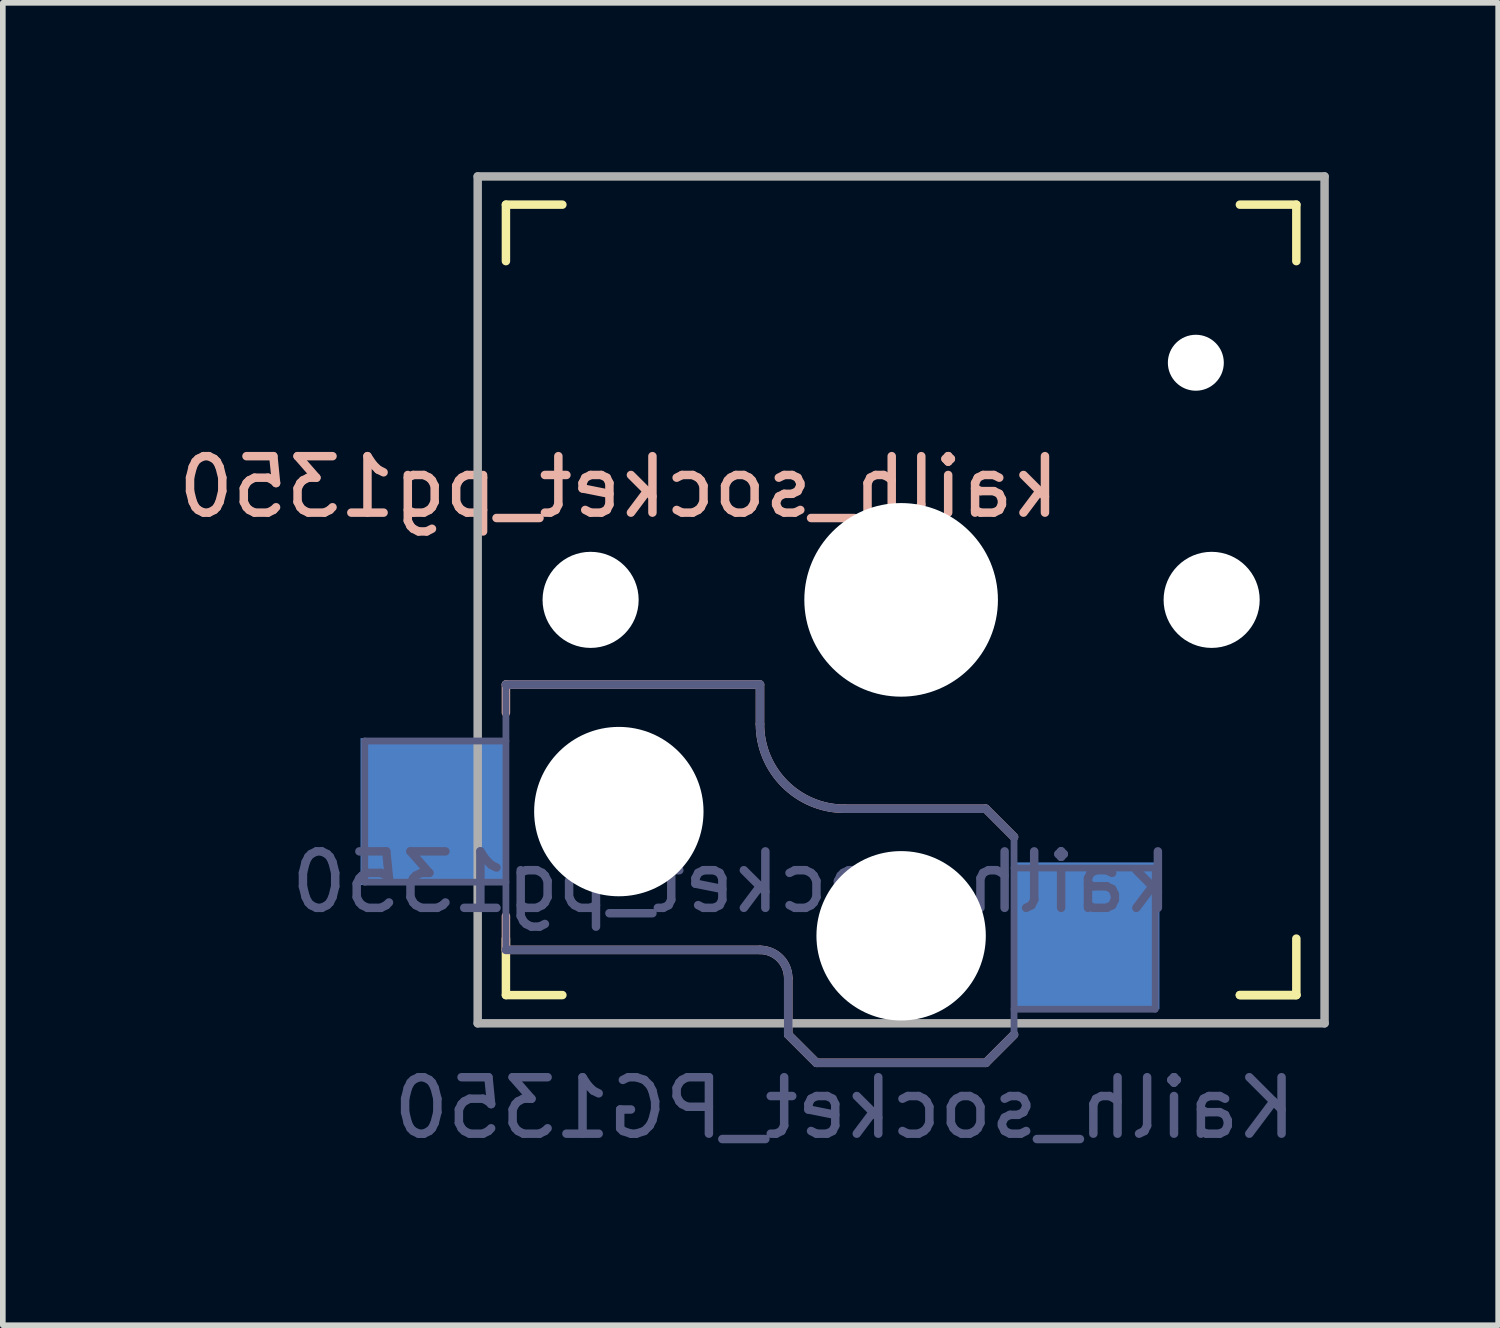
<source format=kicad_pcb>
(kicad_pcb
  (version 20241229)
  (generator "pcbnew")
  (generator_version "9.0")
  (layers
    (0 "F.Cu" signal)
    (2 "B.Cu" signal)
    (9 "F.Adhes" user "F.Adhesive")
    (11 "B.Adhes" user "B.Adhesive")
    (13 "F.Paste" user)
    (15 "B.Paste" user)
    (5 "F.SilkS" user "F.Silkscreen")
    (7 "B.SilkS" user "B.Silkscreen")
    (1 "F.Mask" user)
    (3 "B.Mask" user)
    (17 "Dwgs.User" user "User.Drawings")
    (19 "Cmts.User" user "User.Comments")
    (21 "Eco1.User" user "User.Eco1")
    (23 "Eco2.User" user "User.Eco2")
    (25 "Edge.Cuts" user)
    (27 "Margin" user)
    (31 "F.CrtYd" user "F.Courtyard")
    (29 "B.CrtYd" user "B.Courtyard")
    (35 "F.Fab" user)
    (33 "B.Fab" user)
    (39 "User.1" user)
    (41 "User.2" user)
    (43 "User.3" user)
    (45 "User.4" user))
  (footprint "kailh_socket_pg1350"
    (layer "F.Cu")
    (at 12.911 7.575)
    (property "Reference" "kailh_socket_pg1350" (at -5 -2 0) (layer "B.SilkS") (effects (font (size 1 1) (thickness 0.15)) (justify mirror)))
    (property "Value" "Kailh_socket_PG1350" (at 0 8.255 0) (layer "F.Fab") (hide yes) (effects (font (size 1 1) (thickness 0.15))))
    (attr smd)
    (fp_line (start -7 -6) (end -7 -7) (stroke (width 0.15) (type solid)) (layer "F.SilkS"))
    (fp_line (start -7 7) (end -7 6) (stroke (width 0.15) (type solid)) (layer "F.SilkS"))
    (fp_line (start -7 7) (end -6 7) (stroke (width 0.15) (type solid)) (layer "F.SilkS"))
    (fp_line (start -6 -7) (end -7 -7) (stroke (width 0.15) (type solid)) (layer "F.SilkS"))
    (fp_line (start 6 7) (end 7 7) (stroke (width 0.15) (type solid)) (layer "F.SilkS"))
    (fp_line (start 7 -7) (end 6 -7) (stroke (width 0.15) (type solid)) (layer "F.SilkS"))
    (fp_line (start 7 -7) (end 7 -6) (stroke (width 0.15) (type solid)) (layer "F.SilkS"))
    (fp_line (start 7 6) (end 7 7) (stroke (width 0.15) (type solid)) (layer "F.SilkS"))
    (fp_line (start 7 7) (end 6 7) (stroke (width 0.15) (type solid)) (layer "F.SilkS"))
    (fp_line (start -7 1.5) (end -7 2) (stroke (width 0.15) (type solid)) (layer "B.SilkS"))
    (fp_line (start -7 5.6) (end -7 6.2) (stroke (width 0.15) (type solid)) (layer "B.SilkS"))
    (fp_line (start -7 6.2) (end -2.5 6.2) (stroke (width 0.15) (type solid)) (layer "B.SilkS"))
    (fp_line (start -2.5 1.5) (end -7 1.5) (stroke (width 0.15) (type solid)) (layer "B.SilkS"))
    (fp_line (start -2.5 2.2) (end -2.5 1.5) (stroke (width 0.15) (type solid)) (layer "B.SilkS"))
    (fp_line (start -2 6.7) (end -2 7.7) (stroke (width 0.15) (type solid)) (layer "B.SilkS"))
    (fp_line (start -1.5 8.2) (end -2 7.7) (stroke (width 0.15) (type solid)) (layer "B.SilkS"))
    (fp_line (start 1.5 3.7) (end -1 3.7) (stroke (width 0.15) (type solid)) (layer "B.SilkS"))
    (fp_line (start 1.5 8.2) (end -1.5 8.2) (stroke (width 0.15) (type solid)) (layer "B.SilkS"))
    (fp_line (start 2 4.2) (end 1.5 3.7) (stroke (width 0.15) (type solid)) (layer "B.SilkS"))
    (fp_line (start 2 7.7) (end 1.5 8.2) (stroke (width 0.15) (type solid)) (layer "B.SilkS"))
    (fp_arc (start -2.5 6.2) (mid -2.146447 6.346447) (end -2 6.7) (stroke (width 0.15) (type solid)) (layer "B.SilkS"))
    (fp_arc (start -1 3.7) (mid -2.06066 3.26066) (end -2.5 2.2) (stroke (width 0.15) (type solid)) (layer "B.SilkS"))
    (fp_line (start -6.9 6.9) (end -6.9 -6.9) (stroke (width 0.15) (type solid)) (layer "Eco2.User"))
    (fp_line (start -6.9 6.9) (end 6.9 6.9) (stroke (width 0.15) (type solid)) (layer "Eco2.User"))
    (fp_line (start -2.6 -3.1) (end -2.6 -6.3) (stroke (width 0.15) (type solid)) (layer "Eco2.User"))
    (fp_line (start -2.6 -3.1) (end 2.6 -3.1) (stroke (width 0.15) (type solid)) (layer "Eco2.User"))
    (fp_line (start 2.6 -6.3) (end -2.6 -6.3) (stroke (width 0.15) (type solid)) (layer "Eco2.User"))
    (fp_line (start 2.6 -3.1) (end 2.6 -6.3) (stroke (width 0.15) (type solid)) (layer "Eco2.User"))
    (fp_line (start 6.9 -6.9) (end -6.9 -6.9) (stroke (width 0.15) (type solid)) (layer "Eco2.User"))
    (fp_line (start 6.9 -6.9) (end 6.9 6.9) (stroke (width 0.15) (type solid)) (layer "Eco2.User"))
    (fp_line (start -9.5 2.5) (end -7 2.5) (stroke (width 0.12) (type solid)) (layer "B.Fab"))
    (fp_line (start -9.5 5) (end -9.5 2.5) (stroke (width 0.12) (type solid)) (layer "B.Fab"))
    (fp_line (start -7 1.5) (end -7 6.2) (stroke (width 0.12) (type solid)) (layer "B.Fab"))
    (fp_line (start -7 5) (end -9.5 5) (stroke (width 0.12) (type solid)) (layer "B.Fab"))
    (fp_line (start -7 6.2) (end -2.5 6.2) (stroke (width 0.15) (type solid)) (layer "B.Fab"))
    (fp_line (start -2.5 1.5) (end -7 1.5) (stroke (width 0.15) (type solid)) (layer "B.Fab"))
    (fp_line (start -2.5 2.2) (end -2.5 1.5) (stroke (width 0.15) (type solid)) (layer "B.Fab"))
    (fp_line (start -2 6.7) (end -2 7.7) (stroke (width 0.15) (type solid)) (layer "B.Fab"))
    (fp_line (start -1.5 8.2) (end -2 7.7) (stroke (width 0.15) (type solid)) (layer "B.Fab"))
    (fp_line (start 1.5 3.7) (end -1 3.7) (stroke (width 0.15) (type solid)) (layer "B.Fab"))
    (fp_line (start 1.5 8.2) (end -1.5 8.2) (stroke (width 0.15) (type solid)) (layer "B.Fab"))
    (fp_line (start 2 4.2) (end 1.5 3.7) (stroke (width 0.15) (type solid)) (layer "B.Fab"))
    (fp_line (start 2 4.25) (end 2 7.7) (stroke (width 0.12) (type solid)) (layer "B.Fab"))
    (fp_line (start 2 4.75) (end 4.5 4.75) (stroke (width 0.12) (type solid)) (layer "B.Fab"))
    (fp_line (start 2 7.7) (end 1.5 8.2) (stroke (width 0.15) (type solid)) (layer "B.Fab"))
    (fp_line (start 4.5 4.75) (end 4.5 7.25) (stroke (width 0.12) (type solid)) (layer "B.Fab"))
    (fp_line (start 4.5 7.25) (end 2 7.25) (stroke (width 0.12) (type solid)) (layer "B.Fab"))
    (fp_arc (start -2.5 6.2) (mid -2.146447 6.346447) (end -2 6.7) (stroke (width 0.15) (type solid)) (layer "B.Fab"))
    (fp_arc (start -1 3.7) (mid -2.06066 3.26066) (end -2.5 2.2) (stroke (width 0.15) (type solid)) (layer "B.Fab"))
    (fp_line (start -7.5 -7.5) (end 7.5 -7.5) (stroke (width 0.15) (type solid)) (layer "F.Fab"))
    (fp_line (start -7.5 7.5) (end -7.5 -7.5) (stroke (width 0.15) (type solid)) (layer "F.Fab"))
    (fp_line (start 7.5 -7.5) (end 7.5 7.5) (stroke (width 0.15) (type solid)) (layer "F.Fab"))
    (fp_line (start 7.5 7.5) (end -7.5 7.5) (stroke (width 0.15) (type solid)) (layer "F.Fab"))
    (fp_text user "${REFERENCE}" (at -3 5 0) (layer "B.Fab") (effects (font (size 1 1) (thickness 0.15)) (justify mirror)))
    (fp_text user "${VALUE}" (at -1 9 0) (layer "B.Fab") (effects (font (size 1 1) (thickness 0.15)) (justify mirror)))
    (pad "" np_thru_hole circle (at -5.5 0) (size 1.702 1.702) (drill 1.702) (layers "*.Cu" "*.Mask"))
    (pad "" np_thru_hole circle (at -5 3.75) (size 3 3) (drill 3) (layers "*.Cu" "*.Mask"))
    (pad "" np_thru_hole circle (at 0 0) (size 3.429 3.429) (drill 3.429) (layers "*.Cu" "*.Mask"))
    (pad "" np_thru_hole circle (at 0 5.95) (size 3 3) (drill 3) (layers "*.Cu" "*.Mask"))
    (pad "" np_thru_hole circle (at 5.22 -4.2) (size 0.991 0.991) (drill 0.991) (layers "*.Cu" "*.Mask"))
    (pad "" np_thru_hole circle (at 5.5 0) (size 1.702 1.702) (drill 1.702) (layers "*.Cu" "*.Mask"))
    (pad "1" smd rect (at 3.275 5.95) (size 2.6 2.6) (layers "B.Cu" "B.Mask" "B.Paste"))
    (pad "2" smd rect (at -8.275 3.75) (size 2.6 2.6) (layers "B.Cu" "B.Mask" "B.Paste")))
  (gr_rect
    (start -3 -3)
    (end 23.486 20.423)
    (stroke (width 0.1) (type default))
    (fill no)
    (layer "Edge.Cuts")))
</source>
